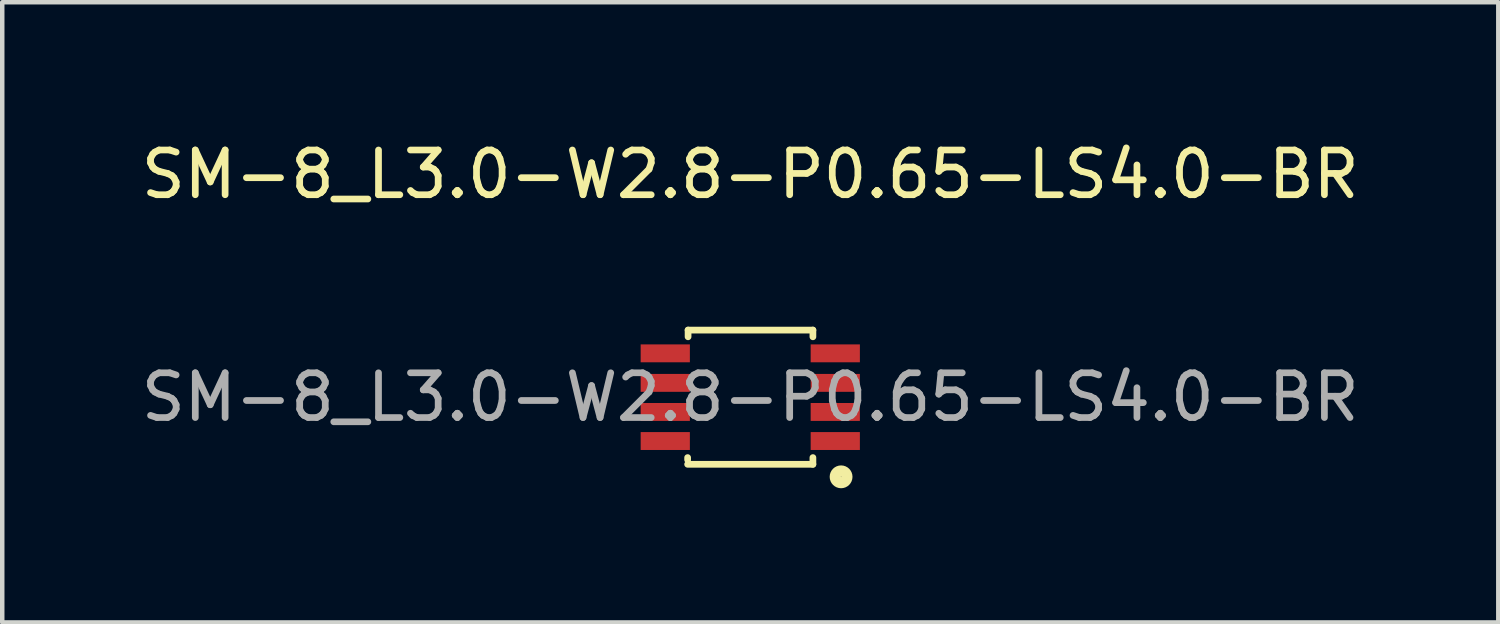
<source format=kicad_pcb>
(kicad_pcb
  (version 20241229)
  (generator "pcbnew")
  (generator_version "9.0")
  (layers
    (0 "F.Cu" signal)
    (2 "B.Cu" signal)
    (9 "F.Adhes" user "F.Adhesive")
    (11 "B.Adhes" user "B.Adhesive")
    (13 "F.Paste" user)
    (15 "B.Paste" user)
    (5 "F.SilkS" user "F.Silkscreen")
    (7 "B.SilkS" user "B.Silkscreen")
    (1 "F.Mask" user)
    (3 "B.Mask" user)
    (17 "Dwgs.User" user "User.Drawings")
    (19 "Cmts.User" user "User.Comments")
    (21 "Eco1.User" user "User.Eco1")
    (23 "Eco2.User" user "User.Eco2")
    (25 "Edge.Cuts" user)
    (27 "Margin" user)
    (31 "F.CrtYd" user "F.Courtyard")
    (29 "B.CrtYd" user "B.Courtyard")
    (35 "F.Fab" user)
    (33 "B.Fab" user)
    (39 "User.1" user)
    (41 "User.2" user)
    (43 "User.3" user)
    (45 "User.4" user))
  (footprint "SM-8_L3.0-W2.8-P0.65-LS4.0-BR"
    (layer "F.Cu")
    (at 13.72 5.828)
    (property "Reference" "SM-8_L3.0-W2.8-P0.65-LS4.0-BR" (at 0 -4.98 0) (layer "F.SilkS") (effects (font (size 1 1) (thickness 0.15))))
    (attr smd)
    (fp_line (start -1.4 1.35) (end -1.4 1.4) (stroke (width 0.15) (type solid)) (layer "F.SilkS"))
    (fp_line (start -1.4 1.5) (end 1.4 1.5) (stroke (width 0.15) (type solid)) (layer "F.SilkS"))
    (fp_line (start -1.39 -1.5) (end -1.39 -1.35) (stroke (width 0.15) (type solid)) (layer "F.SilkS"))
    (fp_line (start -1.39 -1.5) (end 1.4 -1.5) (stroke (width 0.15) (type solid)) (layer "F.SilkS"))
    (fp_line (start 1.4 -1.5) (end 1.4 -1.35) (stroke (width 0.15) (type solid)) (layer "F.SilkS"))
    (fp_line (start 1.4 1.35) (end 1.4 1.5) (stroke (width 0.15) (type solid)) (layer "F.SilkS"))
    (fp_circle (center 2.03 1.78) (end 2.16 1.78) (stroke (width 0.25) (type solid)) (fill no) (layer "F.SilkS"))
    (fp_text user "${REFERENCE}" (at 0 0 0) (layer "F.Fab") (effects (font (size 1 1) (thickness 0.15))))
    (pad "1" smd rect (at 1.9 0.98 90) (size 0.4 1.1) (layers "F.Cu" "F.Mask" "F.Paste"))
    (pad "2" smd rect (at 1.9 0.33 90) (size 0.4 1.1) (layers "F.Cu" "F.Mask" "F.Paste"))
    (pad "3" smd rect (at 1.9 -0.32 90) (size 0.4 1.1) (layers "F.Cu" "F.Mask" "F.Paste"))
    (pad "4" smd rect (at 1.9 -0.98 90) (size 0.4 1.1) (layers "F.Cu" "F.Mask" "F.Paste"))
    (pad "5" smd rect (at -1.9 -0.98 90) (size 0.4 1.1) (layers "F.Cu" "F.Mask" "F.Paste"))
    (pad "6" smd rect (at -1.9 -0.32 90) (size 0.4 1.1) (layers "F.Cu" "F.Mask" "F.Paste"))
    (pad "7" smd rect (at -1.9 0.33 90) (size 0.4 1.1) (layers "F.Cu" "F.Mask" "F.Paste"))
    (pad "8" smd rect (at -1.9 0.98 90) (size 0.4 1.1) (layers "F.Cu" "F.Mask" "F.Paste")))
  (gr_rect
    (start -3 -3)
    (end 30.44 10.863)
    (stroke (width 0.1) (type default))
    (fill no)
    (layer "Edge.Cuts")))
</source>
